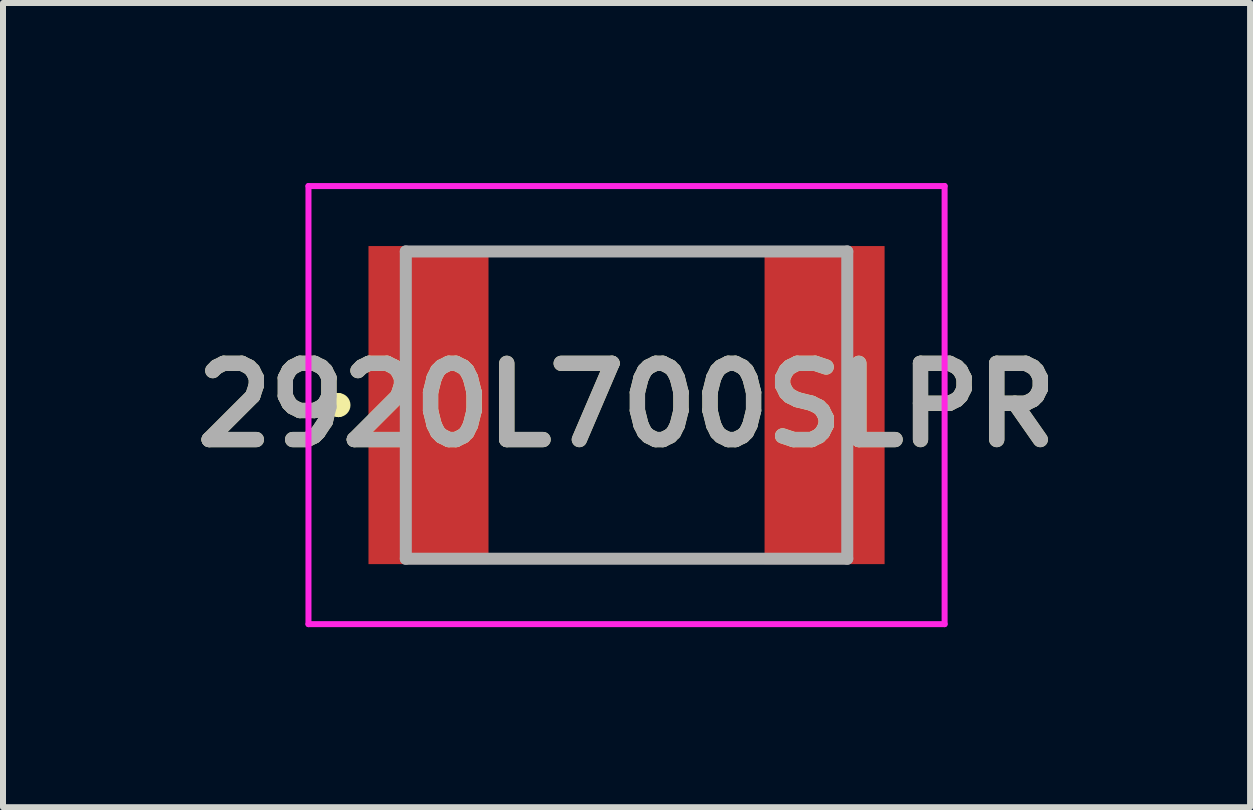
<source format=kicad_pcb>
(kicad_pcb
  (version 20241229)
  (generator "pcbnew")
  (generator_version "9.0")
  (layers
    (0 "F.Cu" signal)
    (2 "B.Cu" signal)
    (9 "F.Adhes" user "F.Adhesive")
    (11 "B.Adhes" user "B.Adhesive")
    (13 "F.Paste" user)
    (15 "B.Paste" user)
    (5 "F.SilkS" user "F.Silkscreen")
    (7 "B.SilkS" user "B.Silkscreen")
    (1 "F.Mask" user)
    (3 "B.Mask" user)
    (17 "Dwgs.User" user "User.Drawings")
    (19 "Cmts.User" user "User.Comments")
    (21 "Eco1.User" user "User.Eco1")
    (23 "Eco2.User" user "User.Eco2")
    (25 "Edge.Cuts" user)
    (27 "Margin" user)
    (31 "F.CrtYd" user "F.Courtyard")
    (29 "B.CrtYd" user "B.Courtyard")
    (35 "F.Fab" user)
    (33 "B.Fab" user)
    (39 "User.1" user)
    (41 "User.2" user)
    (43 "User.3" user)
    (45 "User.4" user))
  (footprint "2920L700SLPR"
    (layer "F.Cu")
    (at 7.39 3.7)
    (property "Reference" "2920L700SLPR" (at 0 0 0) (layer "F.SilkS") (effects (font (size 1.27 1.27) (thickness 0.254))))
    (attr smd)
    (fp_line (start -4.8 -0.1) (end -4.8 -0.1) (stroke (width 0.2) (type solid)) (layer "F.SilkS"))
    (fp_line (start -4.8 0.1) (end -4.8 0.1) (stroke (width 0.2) (type solid)) (layer "F.SilkS"))
    (fp_line (start -2 -2.56) (end 2 -2.56) (stroke (width 0.1) (type solid)) (layer "F.SilkS"))
    (fp_line (start -2 2.56) (end 2 2.56) (stroke (width 0.1) (type solid)) (layer "F.SilkS"))
    (fp_arc (start -4.8 -0.1) (mid -4.7 0) (end -4.8 0.1) (stroke (width 0.2) (type solid)) (layer "F.SilkS"))
    (fp_arc (start -4.8 0.1) (mid -4.9 0) (end -4.8 -0.1) (stroke (width 0.2) (type solid)) (layer "F.SilkS"))
    (fp_line (start -5.3 -3.65) (end 5.3 -3.65) (stroke (width 0.1) (type solid)) (layer "F.CrtYd"))
    (fp_line (start -5.3 3.65) (end -5.3 -3.65) (stroke (width 0.1) (type solid)) (layer "F.CrtYd"))
    (fp_line (start 5.3 -3.65) (end 5.3 3.65) (stroke (width 0.1) (type solid)) (layer "F.CrtYd"))
    (fp_line (start 5.3 3.65) (end -5.3 3.65) (stroke (width 0.1) (type solid)) (layer "F.CrtYd"))
    (fp_line (start -3.678 -2.56) (end 3.678 -2.56) (stroke (width 0.2) (type solid)) (layer "F.Fab"))
    (fp_line (start -3.678 2.56) (end -3.678 -2.56) (stroke (width 0.2) (type solid)) (layer "F.Fab"))
    (fp_line (start 3.678 -2.56) (end 3.678 2.56) (stroke (width 0.2) (type solid)) (layer "F.Fab"))
    (fp_line (start 3.678 2.56) (end -3.678 2.56) (stroke (width 0.2) (type solid)) (layer "F.Fab"))
    (fp_text user "${REFERENCE}" (at 0 0 0) (layer "F.Fab") (effects (font (size 1.27 1.27) (thickness 0.254))))
    (pad "1" smd rect (at -3.3 0) (size 2 5.3) (layers "F.Cu" "F.Mask" "F.Paste"))
    (pad "2" smd rect (at 3.3 0) (size 2 5.3) (layers "F.Cu" "F.Mask" "F.Paste")))
  (gr_rect
    (start -3 -3)
    (end 17.78 10.4)
    (stroke (width 0.1) (type default))
    (fill no)
    (layer "Edge.Cuts")))
</source>
